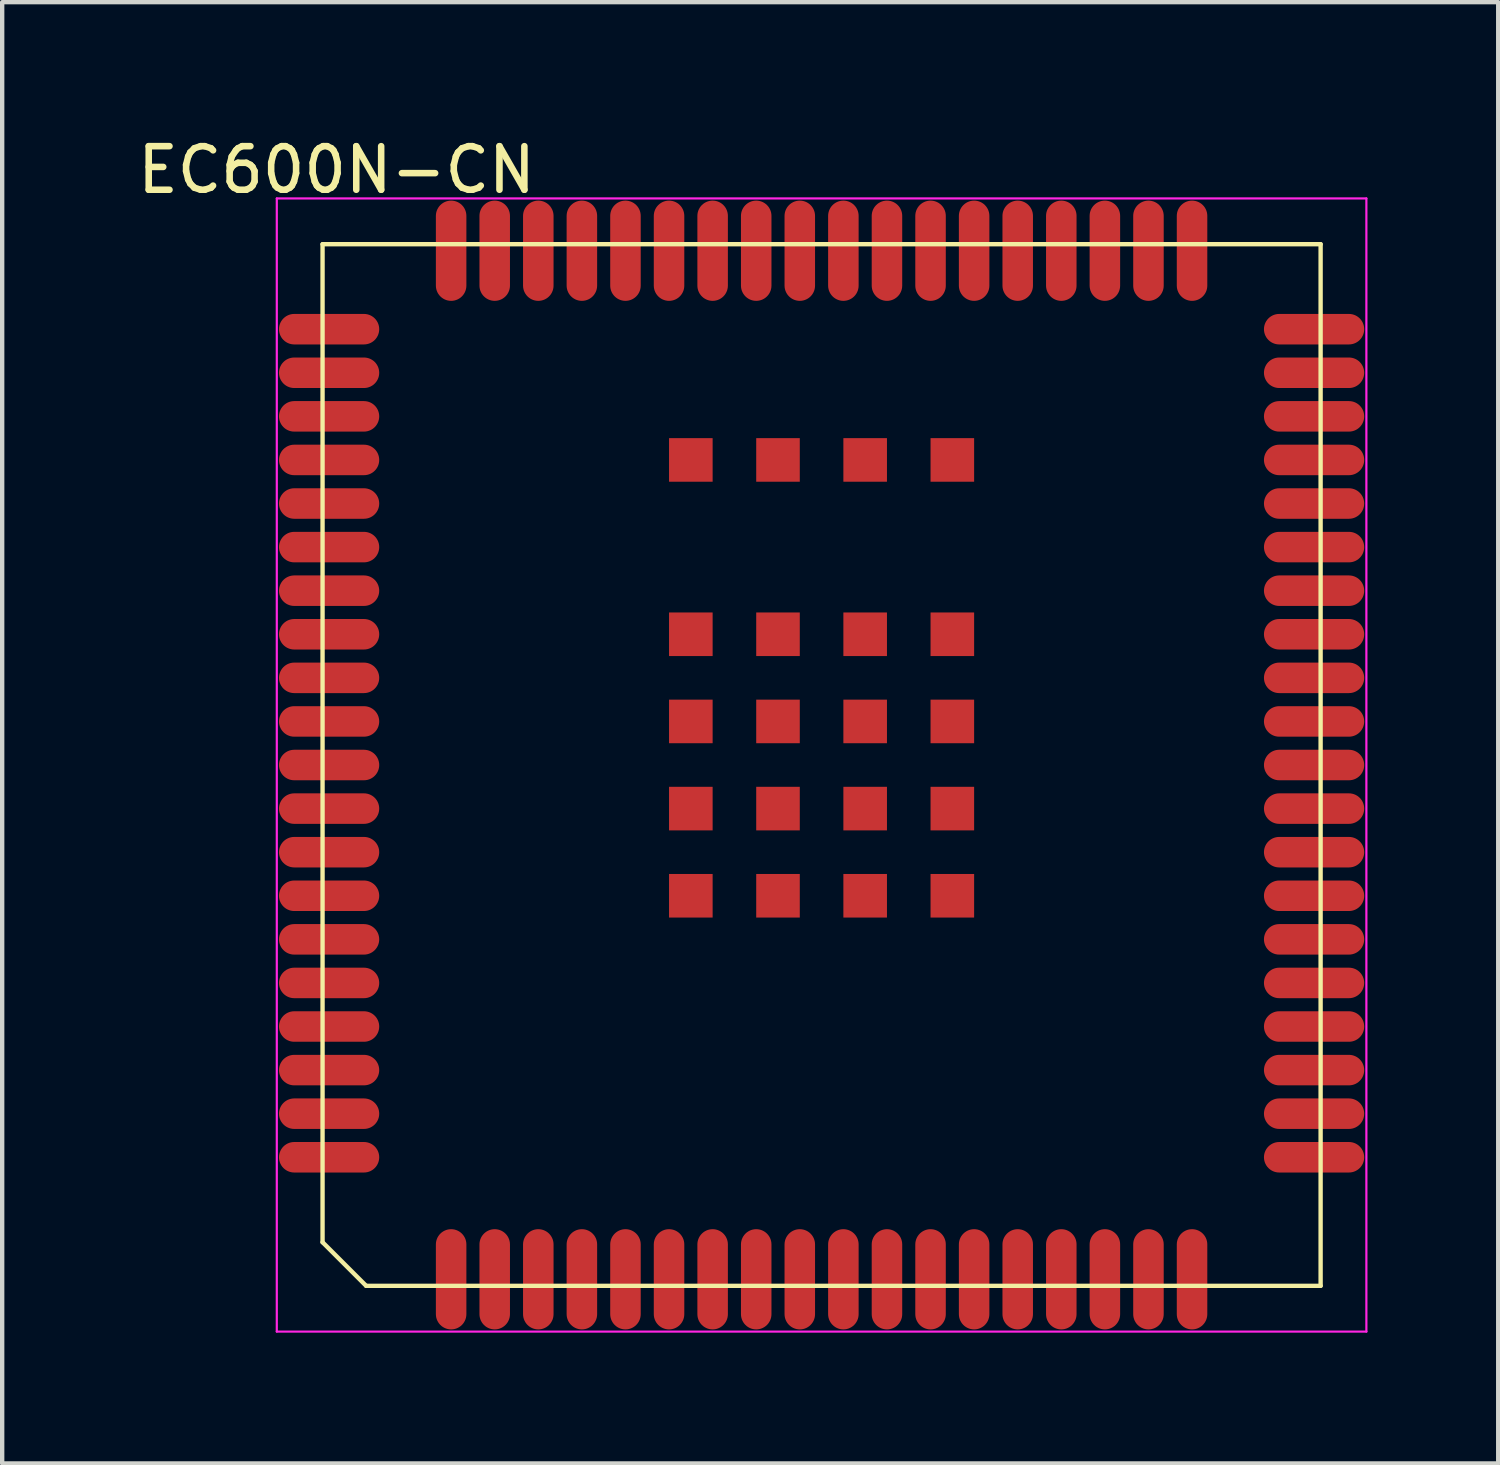
<source format=kicad_pcb>
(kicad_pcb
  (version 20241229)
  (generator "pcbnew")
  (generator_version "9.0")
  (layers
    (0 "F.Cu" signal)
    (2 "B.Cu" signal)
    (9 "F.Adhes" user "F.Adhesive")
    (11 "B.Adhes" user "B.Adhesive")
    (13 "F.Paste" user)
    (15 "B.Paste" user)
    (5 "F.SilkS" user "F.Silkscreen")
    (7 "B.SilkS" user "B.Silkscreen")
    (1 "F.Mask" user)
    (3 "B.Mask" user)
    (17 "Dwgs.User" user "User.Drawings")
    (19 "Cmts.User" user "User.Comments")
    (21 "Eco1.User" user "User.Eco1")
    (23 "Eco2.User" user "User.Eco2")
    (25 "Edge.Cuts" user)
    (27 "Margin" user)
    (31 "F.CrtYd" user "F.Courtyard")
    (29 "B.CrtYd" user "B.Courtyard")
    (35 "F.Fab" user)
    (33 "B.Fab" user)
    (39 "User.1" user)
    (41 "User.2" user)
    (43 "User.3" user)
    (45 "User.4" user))
  (footprint "EC600N-CN"
    (layer "F.Cu")
    (at 15.801 14.503)
    (property "Reference" "EC600N-CN" (at -11.129 -13.654 0) (layer "F.SilkS") (effects (font (size 1 1) (thickness 0.15))))
    (attr through_hole)
    (fp_line (start -11.45 -11.95) (end 11.45 -11.95) (stroke (width 0.1) (type solid)) (layer "F.SilkS"))
    (fp_line (start -11.45 10.95) (end -11.45 -11.95) (stroke (width 0.1) (type solid)) (layer "F.SilkS"))
    (fp_line (start -11.45 10.95) (end -10.45 11.95) (stroke (width 0.1) (type solid)) (layer "F.SilkS"))
    (fp_line (start -10.45 11.95) (end 11.45 11.95) (stroke (width 0.1) (type solid)) (layer "F.SilkS"))
    (fp_line (start 11.45 11.95) (end 11.45 -11.95) (stroke (width 0.1) (type solid)) (layer "F.SilkS"))
    (fp_line (start -12.5 -13) (end 12.5 -13) (stroke (width 0.05) (type solid)) (layer "F.CrtYd"))
    (fp_line (start -12.5 13) (end -12.5 -13) (stroke (width 0.05) (type solid)) (layer "F.CrtYd"))
    (fp_line (start 12.5 -13) (end 12.5 13) (stroke (width 0.05) (type solid)) (layer "F.CrtYd"))
    (fp_line (start 12.5 13) (end -12.5 13) (stroke (width 0.05) (type solid)) (layer "F.CrtYd"))
    (pad "1" smd oval (at -8.5 11.8 90) (size 2.3 0.7) (layers "F.Cu" "F.Mask" "F.Paste"))
    (pad "2" smd oval (at -7.5 11.8 90) (size 2.3 0.7) (layers "F.Cu" "F.Mask" "F.Paste"))
    (pad "3" smd oval (at -6.5 11.8 90) (size 2.3 0.7) (layers "F.Cu" "F.Mask" "F.Paste"))
    (pad "4" smd oval (at -5.5 11.8 90) (size 2.3 0.7) (layers "F.Cu" "F.Mask" "F.Paste"))
    (pad "5" smd oval (at -4.5 11.8 90) (size 2.3 0.7) (layers "F.Cu" "F.Mask" "F.Paste"))
    (pad "6" smd oval (at -3.5 11.8 90) (size 2.3 0.7) (layers "F.Cu" "F.Mask" "F.Paste"))
    (pad "7" smd oval (at -2.5 11.8 90) (size 2.3 0.7) (layers "F.Cu" "F.Mask" "F.Paste"))
    (pad "8" smd oval (at -1.5 11.8 90) (size 2.3 0.7) (layers "F.Cu" "F.Mask" "F.Paste"))
    (pad "9" smd oval (at -0.5 11.8 90) (size 2.3 0.7) (layers "F.Cu" "F.Mask" "F.Paste"))
    (pad "10" smd oval (at 0.5 11.8 90) (size 2.3 0.7) (layers "F.Cu" "F.Mask" "F.Paste"))
    (pad "11" smd oval (at 1.5 11.8 90) (size 2.3 0.7) (layers "F.Cu" "F.Mask" "F.Paste"))
    (pad "12" smd oval (at 2.5 11.8 90) (size 2.3 0.7) (layers "F.Cu" "F.Mask" "F.Paste"))
    (pad "13" smd oval (at 3.5 11.8 90) (size 2.3 0.7) (layers "F.Cu" "F.Mask" "F.Paste"))
    (pad "14" smd oval (at 4.5 11.8 90) (size 2.3 0.7) (layers "F.Cu" "F.Mask" "F.Paste"))
    (pad "15" smd oval (at 5.5 11.8 90) (size 2.3 0.7) (layers "F.Cu" "F.Mask" "F.Paste"))
    (pad "16" smd oval (at 6.5 11.8 90) (size 2.3 0.7) (layers "F.Cu" "F.Mask" "F.Paste"))
    (pad "17" smd oval (at 7.5 11.8 90) (size 2.3 0.7) (layers "F.Cu" "F.Mask" "F.Paste"))
    (pad "18" smd oval (at 8.5 11.8 90) (size 2.3 0.7) (layers "F.Cu" "F.Mask" "F.Paste"))
    (pad "19" smd oval (at 11.3 9) (size 2.3 0.7) (layers "F.Cu" "F.Mask" "F.Paste"))
    (pad "20" smd oval (at 11.3 8) (size 2.3 0.7) (layers "F.Cu" "F.Mask" "F.Paste"))
    (pad "21" smd oval (at 11.3 7) (size 2.3 0.7) (layers "F.Cu" "F.Mask" "F.Paste"))
    (pad "22" smd oval (at 11.3 6) (size 2.3 0.7) (layers "F.Cu" "F.Mask" "F.Paste"))
    (pad "23" smd oval (at 11.3 5) (size 2.3 0.7) (layers "F.Cu" "F.Mask" "F.Paste"))
    (pad "24" smd oval (at 11.3 4) (size 2.3 0.7) (layers "F.Cu" "F.Mask" "F.Paste"))
    (pad "25" smd oval (at 11.3 3) (size 2.3 0.7) (layers "F.Cu" "F.Mask" "F.Paste"))
    (pad "26" smd oval (at 11.3 2) (size 2.3 0.7) (layers "F.Cu" "F.Mask" "F.Paste"))
    (pad "27" smd oval (at 11.3 1) (size 2.3 0.7) (layers "F.Cu" "F.Mask" "F.Paste"))
    (pad "28" smd oval (at 11.3 0) (size 2.3 0.7) (layers "F.Cu" "F.Mask" "F.Paste"))
    (pad "29" smd oval (at 11.3 -1) (size 2.3 0.7) (layers "F.Cu" "F.Mask" "F.Paste"))
    (pad "30" smd oval (at 11.3 -2) (size 2.3 0.7) (layers "F.Cu" "F.Mask" "F.Paste"))
    (pad "31" smd oval (at 11.3 -3) (size 2.3 0.7) (layers "F.Cu" "F.Mask" "F.Paste"))
    (pad "32" smd oval (at 11.3 -4) (size 2.3 0.7) (layers "F.Cu" "F.Mask" "F.Paste"))
    (pad "33" smd oval (at 11.3 -5) (size 2.3 0.7) (layers "F.Cu" "F.Mask" "F.Paste"))
    (pad "34" smd oval (at 11.3 -6) (size 2.3 0.7) (layers "F.Cu" "F.Mask" "F.Paste"))
    (pad "35" smd oval (at 11.3 -7) (size 2.3 0.7) (layers "F.Cu" "F.Mask" "F.Paste"))
    (pad "36" smd oval (at 11.3 -8) (size 2.3 0.7) (layers "F.Cu" "F.Mask" "F.Paste"))
    (pad "37" smd oval (at 11.3 -9) (size 2.3 0.7) (layers "F.Cu" "F.Mask" "F.Paste"))
    (pad "38" smd oval (at 11.3 -10) (size 2.3 0.7) (layers "F.Cu" "F.Mask" "F.Paste"))
    (pad "39" smd oval (at 8.5 -11.8 90) (size 2.3 0.7) (layers "F.Cu" "F.Mask" "F.Paste"))
    (pad "40" smd oval (at 7.5 -11.8 90) (size 2.3 0.7) (layers "F.Cu" "F.Mask" "F.Paste"))
    (pad "41" smd oval (at 6.5 -11.8 90) (size 2.3 0.7) (layers "F.Cu" "F.Mask" "F.Paste"))
    (pad "42" smd oval (at 5.5 -11.8 90) (size 2.3 0.7) (layers "F.Cu" "F.Mask" "F.Paste"))
    (pad "43" smd oval (at 4.5 -11.8 90) (size 2.3 0.7) (layers "F.Cu" "F.Mask" "F.Paste"))
    (pad "44" smd oval (at 3.5 -11.8 90) (size 2.3 0.7) (layers "F.Cu" "F.Mask" "F.Paste"))
    (pad "45" smd oval (at 2.5 -11.8 90) (size 2.3 0.7) (layers "F.Cu" "F.Mask" "F.Paste"))
    (pad "46" smd oval (at 1.5 -11.8 90) (size 2.3 0.7) (layers "F.Cu" "F.Mask" "F.Paste"))
    (pad "47" smd oval (at 0.5 -11.8 90) (size 2.3 0.7) (layers "F.Cu" "F.Mask" "F.Paste"))
    (pad "48" smd oval (at -0.5 -11.8 90) (size 2.3 0.7) (layers "F.Cu" "F.Mask" "F.Paste"))
    (pad "49" smd oval (at -1.5 -11.8 90) (size 2.3 0.7) (layers "F.Cu" "F.Mask" "F.Paste"))
    (pad "50" smd oval (at -2.5 -11.8 90) (size 2.3 0.7) (layers "F.Cu" "F.Mask" "F.Paste"))
    (pad "51" smd oval (at -3.5 -11.8 90) (size 2.3 0.7) (layers "F.Cu" "F.Mask" "F.Paste"))
    (pad "52" smd oval (at -4.5 -11.8 90) (size 2.3 0.7) (layers "F.Cu" "F.Mask" "F.Paste"))
    (pad "53" smd oval (at -5.5 -11.8 90) (size 2.3 0.7) (layers "F.Cu" "F.Mask" "F.Paste"))
    (pad "54" smd oval (at -6.5 -11.8 90) (size 2.3 0.7) (layers "F.Cu" "F.Mask" "F.Paste"))
    (pad "55" smd oval (at -7.5 -11.8 90) (size 2.3 0.7) (layers "F.Cu" "F.Mask" "F.Paste"))
    (pad "56" smd oval (at -8.5 -11.8 90) (size 2.3 0.7) (layers "F.Cu" "F.Mask" "F.Paste"))
    (pad "57" smd oval (at -11.3 -10) (size 2.3 0.7) (layers "F.Cu" "F.Mask" "F.Paste"))
    (pad "58" smd oval (at -11.3 -9) (size 2.3 0.7) (layers "F.Cu" "F.Mask" "F.Paste"))
    (pad "59" smd oval (at -11.3 -8) (size 2.3 0.7) (layers "F.Cu" "F.Mask" "F.Paste"))
    (pad "60" smd oval (at -11.3 -7) (size 2.3 0.7) (layers "F.Cu" "F.Mask" "F.Paste"))
    (pad "61" smd oval (at -11.3 -6) (size 2.3 0.7) (layers "F.Cu" "F.Mask" "F.Paste"))
    (pad "62" smd oval (at -11.3 -5) (size 2.3 0.7) (layers "F.Cu" "F.Mask" "F.Paste"))
    (pad "63" smd oval (at -11.3 -4) (size 2.3 0.7) (layers "F.Cu" "F.Mask" "F.Paste"))
    (pad "64" smd oval (at -11.3 -3) (size 2.3 0.7) (layers "F.Cu" "F.Mask" "F.Paste"))
    (pad "65" smd oval (at -11.3 -2) (size 2.3 0.7) (layers "F.Cu" "F.Mask" "F.Paste"))
    (pad "66" smd oval (at -11.3 -1) (size 2.3 0.7) (layers "F.Cu" "F.Mask" "F.Paste"))
    (pad "67" smd oval (at -11.3 0) (size 2.3 0.7) (layers "F.Cu" "F.Mask" "F.Paste"))
    (pad "68" smd oval (at -11.3 1) (size 2.3 0.7) (layers "F.Cu" "F.Mask" "F.Paste"))
    (pad "69" smd oval (at -11.3 2) (size 2.3 0.7) (layers "F.Cu" "F.Mask" "F.Paste"))
    (pad "70" smd oval (at -11.3 3) (size 2.3 0.7) (layers "F.Cu" "F.Mask" "F.Paste"))
    (pad "71" smd oval (at -11.3 4) (size 2.3 0.7) (layers "F.Cu" "F.Mask" "F.Paste"))
    (pad "72" smd oval (at -11.3 5) (size 2.3 0.7) (layers "F.Cu" "F.Mask" "F.Paste"))
    (pad "73" smd oval (at -11.3 6) (size 2.3 0.7) (layers "F.Cu" "F.Mask" "F.Paste"))
    (pad "74" smd oval (at -11.3 7) (size 2.3 0.7) (layers "F.Cu" "F.Mask" "F.Paste"))
    (pad "75" smd oval (at -11.3 8) (size 2.3 0.7) (layers "F.Cu" "F.Mask" "F.Paste"))
    (pad "76" smd oval (at -11.3 9) (size 2.3 0.7) (layers "F.Cu" "F.Mask" "F.Paste"))
    (pad "77" smd rect (at -3 3) (size 1 1) (layers "F.Cu" "F.Mask" "F.Paste"))
    (pad "78" smd rect (at -1 3) (size 1 1) (layers "F.Cu" "F.Mask" "F.Paste"))
    (pad "79" smd rect (at 1 3) (size 1 1) (layers "F.Cu" "F.Mask" "F.Paste"))
    (pad "80" smd rect (at 3 3) (size 1 1) (layers "F.Cu" "F.Mask" "F.Paste"))
    (pad "81" smd rect (at 3 1) (size 1 1) (layers "F.Cu" "F.Mask" "F.Paste"))
    (pad "82" smd rect (at 3 -1) (size 1 1) (layers "F.Cu" "F.Mask" "F.Paste"))
    (pad "83" smd rect (at 3 -3) (size 1 1) (layers "F.Cu" "F.Mask" "F.Paste"))
    (pad "84" smd rect (at 1 -3) (size 1 1) (layers "F.Cu" "F.Mask" "F.Paste"))
    (pad "85" smd rect (at -1 -3) (size 1 1) (layers "F.Cu" "F.Mask" "F.Paste"))
    (pad "86" smd rect (at -3 -3) (size 1 1) (layers "F.Cu" "F.Mask" "F.Paste"))
    (pad "87" smd rect (at -3 -1) (size 1 1) (layers "F.Cu" "F.Mask" "F.Paste"))
    (pad "88" smd rect (at -3 1) (size 1 1) (layers "F.Cu" "F.Mask" "F.Paste"))
    (pad "89" smd rect (at -1 1) (size 1 1) (layers "F.Cu" "F.Mask" "F.Paste"))
    (pad "90" smd rect (at 1 1) (size 1 1) (layers "F.Cu" "F.Mask" "F.Paste"))
    (pad "91" smd rect (at 1 -1) (size 1 1) (layers "F.Cu" "F.Mask" "F.Paste"))
    (pad "92" smd rect (at -1 -1) (size 1 1) (layers "F.Cu" "F.Mask" "F.Paste"))
    (pad "145" smd rect (at 3 -7) (size 1 1) (layers "F.Cu" "F.Mask" "F.Paste"))
    (pad "146" smd rect (at 1 -7) (size 1 1) (layers "F.Cu" "F.Mask" "F.Paste"))
    (pad "147" smd rect (at -1 -7) (size 1 1) (layers "F.Cu" "F.Mask" "F.Paste"))
    (pad "148" smd rect (at -3 -7) (size 1 1) (layers "F.Cu" "F.Mask" "F.Paste")))
  (gr_rect
    (start -3 -3)
    (end 31.326 30.528)
    (stroke (width 0.1) (type default))
    (fill no)
    (layer "Edge.Cuts")))
</source>
